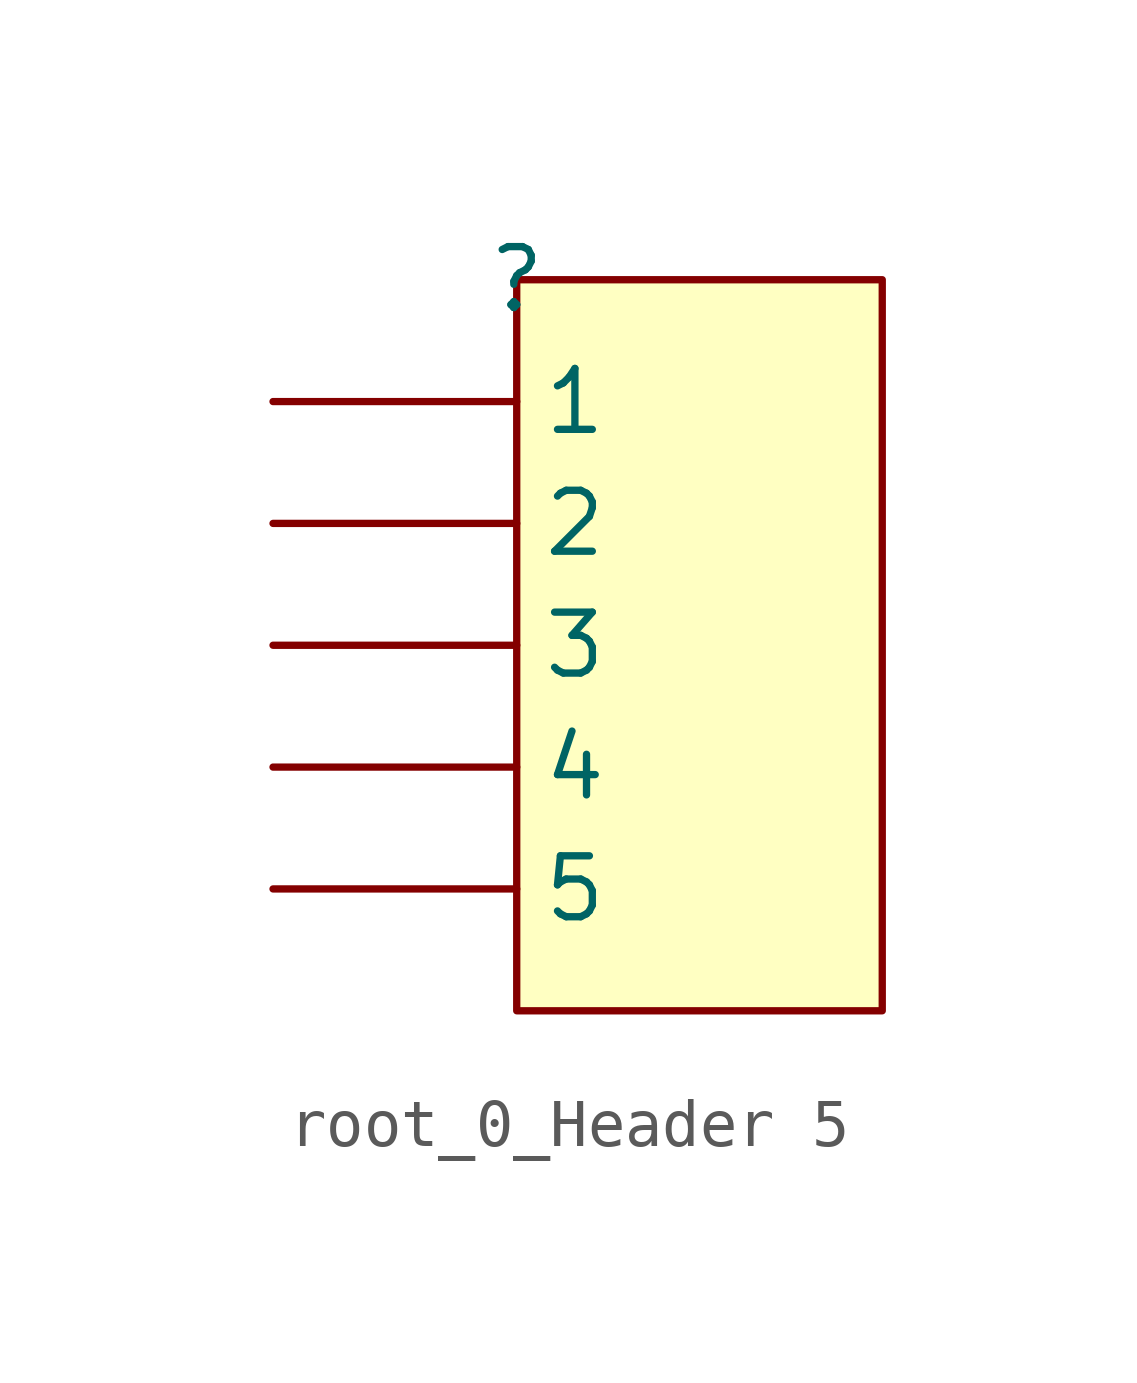
<source format=kicad_sym>
(kicad_symbol_lib
  (version 20220914)
  (generator kicad_symbol_editor)
  (symbol "root_0_Header 5"
    (property "Reference" ""
      (at 0 0 0)
      (effects (font (size 1.27 1.27))))
    (property "Value" ""
      (at 0 0 0)
      (effects (font (size 1.27 1.27))))
    (symbol "root_0_Header 5_1_0"
      (rectangle (start 7.62 0) (end 0 -15.24) (stroke (width 0) (type solid)) (fill (type background)))
      (pin passive line (at -5.08 -2.54 0) (length 5.08) (name "1" (effects (font (size 1.27 1.27)))) (number "1" (effects (font (size 0 0)))))
      (pin passive line (at -5.08 -5.08 0) (length 5.08) (name "2" (effects (font (size 1.27 1.27)))) (number "2" (effects (font (size 0 0)))))
      (pin passive line (at -5.08 -7.62 0) (length 5.08) (name "3" (effects (font (size 1.27 1.27)))) (number "3" (effects (font (size 0 0)))))
      (pin passive line (at -5.08 -10.16 0) (length 5.08) (name "4" (effects (font (size 1.27 1.27)))) (number "4" (effects (font (size 0 0)))))
      (pin passive line (at -5.08 -12.7 0) (length 5.08) (name "5" (effects (font (size 1.27 1.27)))) (number "5" (effects (font (size 0 0))))))))
</source>
